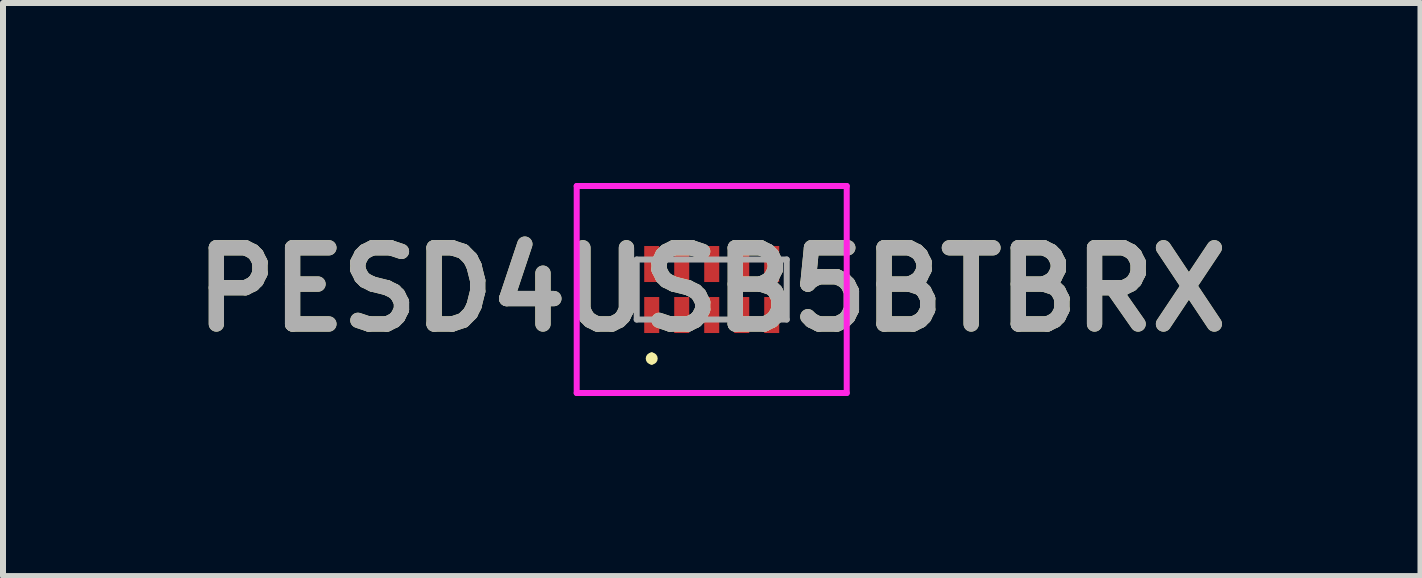
<source format=kicad_pcb>
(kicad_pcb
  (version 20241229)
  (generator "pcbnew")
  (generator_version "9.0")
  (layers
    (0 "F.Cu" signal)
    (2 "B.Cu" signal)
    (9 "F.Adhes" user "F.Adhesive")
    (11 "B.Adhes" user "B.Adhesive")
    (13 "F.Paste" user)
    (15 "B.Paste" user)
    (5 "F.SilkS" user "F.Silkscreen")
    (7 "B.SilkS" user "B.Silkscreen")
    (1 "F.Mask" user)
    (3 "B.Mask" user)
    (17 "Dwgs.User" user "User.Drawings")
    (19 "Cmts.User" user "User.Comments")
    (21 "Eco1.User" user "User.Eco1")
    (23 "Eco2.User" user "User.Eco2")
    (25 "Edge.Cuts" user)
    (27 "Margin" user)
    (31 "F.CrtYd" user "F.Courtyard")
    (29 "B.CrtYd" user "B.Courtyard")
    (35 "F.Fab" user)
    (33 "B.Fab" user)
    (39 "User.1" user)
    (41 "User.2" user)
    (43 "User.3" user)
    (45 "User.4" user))
  (footprint "PESD4USB5BTBRX"
    (layer "F.Cu")
    (at 8.811 1.775)
    (property "Reference" "PESD4USB5BTBRX" (at 0 0 0) (layer "F.SilkS") (effects (font (size 1.27 1.27) (thickness 0.254))))
    (attr smd)
    (fp_line (start -1 1.1) (end -1 1.1) (stroke (width 0.1) (type solid)) (layer "F.SilkS"))
    (fp_line (start -1 1.2) (end -1 1.2) (stroke (width 0.1) (type solid)) (layer "F.SilkS"))
    (fp_arc (start -1 1.1) (mid -0.95 1.15) (end -1 1.2) (stroke (width 0.1) (type solid)) (layer "F.SilkS"))
    (fp_arc (start -1 1.2) (mid -1.05 1.15) (end -1 1.1) (stroke (width 0.1) (type solid)) (layer "F.SilkS"))
    (fp_line (start -2.25 -1.725) (end 2.25 -1.725) (stroke (width 0.1) (type solid)) (layer "F.CrtYd"))
    (fp_line (start -2.25 1.725) (end -2.25 -1.725) (stroke (width 0.1) (type solid)) (layer "F.CrtYd"))
    (fp_line (start 2.25 -1.725) (end 2.25 1.725) (stroke (width 0.1) (type solid)) (layer "F.CrtYd"))
    (fp_line (start 2.25 1.725) (end -2.25 1.725) (stroke (width 0.1) (type solid)) (layer "F.CrtYd"))
    (fp_line (start -1.25 -0.5) (end -1.25 0.5) (stroke (width 0.1) (type solid)) (layer "F.Fab"))
    (fp_line (start -1.25 0.5) (end 1.25 0.5) (stroke (width 0.1) (type solid)) (layer "F.Fab"))
    (fp_line (start 1.25 -0.5) (end -1.25 -0.5) (stroke (width 0.1) (type solid)) (layer "F.Fab"))
    (fp_line (start 1.25 0.5) (end 1.25 -0.5) (stroke (width 0.1) (type solid)) (layer "F.Fab"))
    (fp_text user "${REFERENCE}" (at 0 0 0) (layer "F.Fab") (effects (font (size 1.27 1.27) (thickness 0.254))))
    (pad "1" smd rect (at -1 0.425) (size 0.25 0.6) (layers "F.Cu" "F.Mask" "F.Paste"))
    (pad "2" smd rect (at -0.5 0.425) (size 0.25 0.6) (layers "F.Cu" "F.Mask" "F.Paste"))
    (pad "3" smd rect (at 0 0.425) (size 0.25 0.6) (layers "F.Cu" "F.Mask" "F.Paste"))
    (pad "4" smd rect (at 0.5 0.425) (size 0.25 0.6) (layers "F.Cu" "F.Mask" "F.Paste"))
    (pad "5" smd rect (at 1 0.425) (size 0.25 0.6) (layers "F.Cu" "F.Mask" "F.Paste"))
    (pad "6" smd rect (at 1 -0.425) (size 0.25 0.6) (layers "F.Cu" "F.Mask" "F.Paste"))
    (pad "7" smd rect (at 0.5 -0.425) (size 0.25 0.6) (layers "F.Cu" "F.Mask" "F.Paste"))
    (pad "8" smd rect (at 0 -0.425) (size 0.25 0.6) (layers "F.Cu" "F.Mask" "F.Paste"))
    (pad "9" smd rect (at -0.5 -0.425) (size 0.25 0.6) (layers "F.Cu" "F.Mask" "F.Paste"))
    (pad "10" smd rect (at -1 -0.425) (size 0.25 0.6) (layers "F.Cu" "F.Mask" "F.Paste")))
  (gr_rect
    (start -3 -3)
    (end 20.623 6.55)
    (stroke (width 0.1) (type default))
    (fill no)
    (layer "Edge.Cuts")))
</source>
